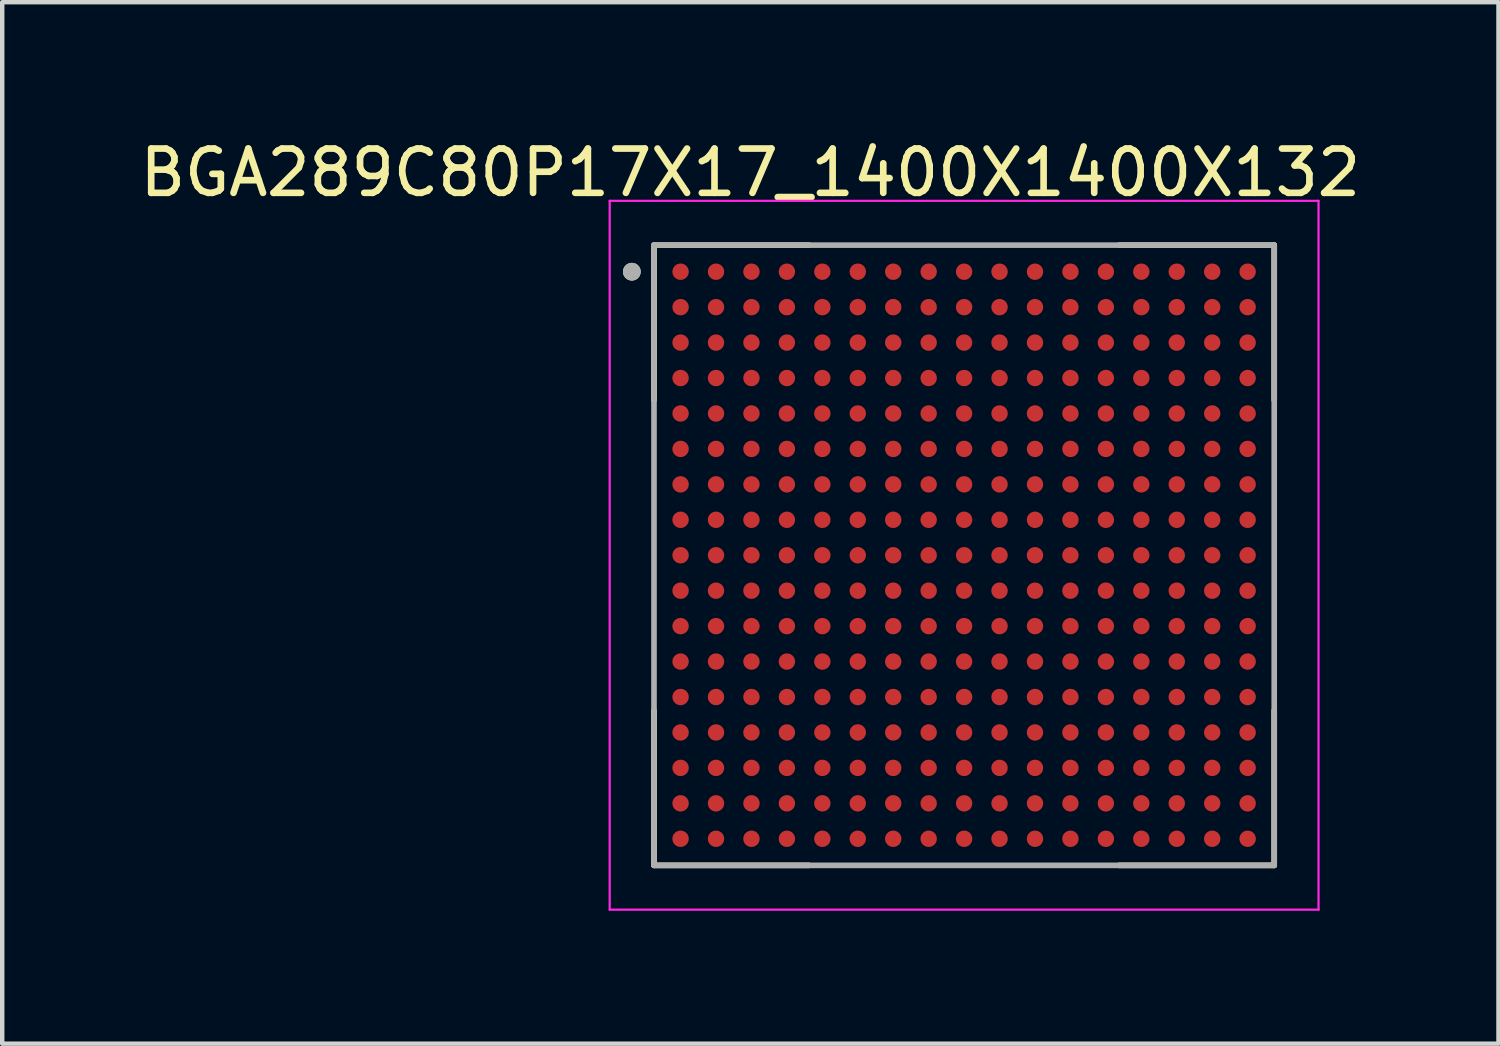
<source format=kicad_pcb>
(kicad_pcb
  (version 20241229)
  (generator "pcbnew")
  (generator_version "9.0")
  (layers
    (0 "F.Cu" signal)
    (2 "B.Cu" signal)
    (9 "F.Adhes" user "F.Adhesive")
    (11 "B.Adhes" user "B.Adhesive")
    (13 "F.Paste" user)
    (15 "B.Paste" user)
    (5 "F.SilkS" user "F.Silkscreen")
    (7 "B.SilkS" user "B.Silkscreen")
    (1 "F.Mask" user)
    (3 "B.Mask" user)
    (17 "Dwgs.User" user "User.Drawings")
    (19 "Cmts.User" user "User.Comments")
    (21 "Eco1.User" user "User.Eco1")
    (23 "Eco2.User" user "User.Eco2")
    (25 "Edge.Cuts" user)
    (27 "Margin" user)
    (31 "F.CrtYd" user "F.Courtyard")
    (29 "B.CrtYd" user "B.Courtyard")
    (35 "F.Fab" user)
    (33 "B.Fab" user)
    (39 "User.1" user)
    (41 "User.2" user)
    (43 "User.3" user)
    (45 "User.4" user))
  (footprint "BGA289C80P17X17_1400X1400X132"
    (layer "F.Cu")
    (at 18.712 9.483)
    (property "Reference" "BGA289C80P17X17_1400X1400X132" (at -4.825 -8.635 0) (layer "F.SilkS") (effects (font (size 1 1) (thickness 0.15))))
    (attr smd)
    (fp_line (start -7 -7) (end -7 -3.5) (stroke (width 0.127) (type solid)) (layer "F.SilkS"))
    (fp_line (start -7 -7) (end -3.5 -7) (stroke (width 0.127) (type solid)) (layer "F.SilkS"))
    (fp_line (start -7 7) (end -7 3.5) (stroke (width 0.127) (type solid)) (layer "F.SilkS"))
    (fp_line (start -7 7) (end -3.5 7) (stroke (width 0.127) (type solid)) (layer "F.SilkS"))
    (fp_line (start 7 -7) (end 3.5 -7) (stroke (width 0.127) (type solid)) (layer "F.SilkS"))
    (fp_line (start 7 -7) (end 7 -3.5) (stroke (width 0.127) (type solid)) (layer "F.SilkS"))
    (fp_line (start 7 7) (end 3.5 7) (stroke (width 0.127) (type solid)) (layer "F.SilkS"))
    (fp_line (start 7 7) (end 7 3.5) (stroke (width 0.127) (type solid)) (layer "F.SilkS"))
    (fp_circle (center -7.5 -6.4) (end -7.4 -6.4) (stroke (width 0.2) (type solid)) (fill no) (layer "F.SilkS"))
    (fp_line (start -8 -8) (end 8 -8) (stroke (width 0.05) (type solid)) (layer "F.CrtYd"))
    (fp_line (start -8 8) (end -8 -8) (stroke (width 0.05) (type solid)) (layer "F.CrtYd"))
    (fp_line (start -8 8) (end 8 8) (stroke (width 0.05) (type solid)) (layer "F.CrtYd"))
    (fp_line (start 8 8) (end 8 -8) (stroke (width 0.05) (type solid)) (layer "F.CrtYd"))
    (fp_line (start -7 7) (end -7 -7) (stroke (width 0.127) (type solid)) (layer "F.Fab"))
    (fp_line (start 7 -7) (end -7 -7) (stroke (width 0.127) (type solid)) (layer "F.Fab"))
    (fp_line (start 7 7) (end -7 7) (stroke (width 0.127) (type solid)) (layer "F.Fab"))
    (fp_line (start 7 7) (end 7 -7) (stroke (width 0.127) (type solid)) (layer "F.Fab"))
    (fp_circle (center -7.5 -6.4) (end -7.4 -6.4) (stroke (width 0.2) (type solid)) (fill no) (layer "F.Fab"))
    (pad "A1" smd circle (at -6.4 -6.4) (size 0.37 0.37) (layers "F.Cu" "F.Mask" "F.Paste"))
    (pad "A2" smd circle (at -5.6 -6.4) (size 0.37 0.37) (layers "F.Cu" "F.Mask" "F.Paste"))
    (pad "A3" smd circle (at -4.8 -6.4) (size 0.37 0.37) (layers "F.Cu" "F.Mask" "F.Paste"))
    (pad "A4" smd circle (at -4 -6.4) (size 0.37 0.37) (layers "F.Cu" "F.Mask" "F.Paste"))
    (pad "A5" smd circle (at -3.2 -6.4) (size 0.37 0.37) (layers "F.Cu" "F.Mask" "F.Paste"))
    (pad "A6" smd circle (at -2.4 -6.4) (size 0.37 0.37) (layers "F.Cu" "F.Mask" "F.Paste"))
    (pad "A7" smd circle (at -1.6 -6.4) (size 0.37 0.37) (layers "F.Cu" "F.Mask" "F.Paste"))
    (pad "A8" smd circle (at -0.8 -6.4) (size 0.37 0.37) (layers "F.Cu" "F.Mask" "F.Paste"))
    (pad "A9" smd circle (at 0 -6.4) (size 0.37 0.37) (layers "F.Cu" "F.Mask" "F.Paste"))
    (pad "A10" smd circle (at 0.8 -6.4) (size 0.37 0.37) (layers "F.Cu" "F.Mask" "F.Paste"))
    (pad "A11" smd circle (at 1.6 -6.4) (size 0.37 0.37) (layers "F.Cu" "F.Mask" "F.Paste"))
    (pad "A12" smd circle (at 2.4 -6.4) (size 0.37 0.37) (layers "F.Cu" "F.Mask" "F.Paste"))
    (pad "A13" smd circle (at 3.2 -6.4) (size 0.37 0.37) (layers "F.Cu" "F.Mask" "F.Paste"))
    (pad "A14" smd circle (at 4 -6.4) (size 0.37 0.37) (layers "F.Cu" "F.Mask" "F.Paste"))
    (pad "A15" smd circle (at 4.8 -6.4) (size 0.37 0.37) (layers "F.Cu" "F.Mask" "F.Paste"))
    (pad "A16" smd circle (at 5.6 -6.4) (size 0.37 0.37) (layers "F.Cu" "F.Mask" "F.Paste"))
    (pad "A17" smd circle (at 6.4 -6.4) (size 0.37 0.37) (layers "F.Cu" "F.Mask" "F.Paste"))
    (pad "B1" smd circle (at -6.4 -5.6) (size 0.37 0.37) (layers "F.Cu" "F.Mask" "F.Paste"))
    (pad "B2" smd circle (at -5.6 -5.6) (size 0.37 0.37) (layers "F.Cu" "F.Mask" "F.Paste"))
    (pad "B3" smd circle (at -4.8 -5.6) (size 0.37 0.37) (layers "F.Cu" "F.Mask" "F.Paste"))
    (pad "B4" smd circle (at -4 -5.6) (size 0.37 0.37) (layers "F.Cu" "F.Mask" "F.Paste"))
    (pad "B5" smd circle (at -3.2 -5.6) (size 0.37 0.37) (layers "F.Cu" "F.Mask" "F.Paste"))
    (pad "B6" smd circle (at -2.4 -5.6) (size 0.37 0.37) (layers "F.Cu" "F.Mask" "F.Paste"))
    (pad "B7" smd circle (at -1.6 -5.6) (size 0.37 0.37) (layers "F.Cu" "F.Mask" "F.Paste"))
    (pad "B8" smd circle (at -0.8 -5.6) (size 0.37 0.37) (layers "F.Cu" "F.Mask" "F.Paste"))
    (pad "B9" smd circle (at 0 -5.6) (size 0.37 0.37) (layers "F.Cu" "F.Mask" "F.Paste"))
    (pad "B10" smd circle (at 0.8 -5.6) (size 0.37 0.37) (layers "F.Cu" "F.Mask" "F.Paste"))
    (pad "B11" smd circle (at 1.6 -5.6) (size 0.37 0.37) (layers "F.Cu" "F.Mask" "F.Paste"))
    (pad "B12" smd circle (at 2.4 -5.6) (size 0.37 0.37) (layers "F.Cu" "F.Mask" "F.Paste"))
    (pad "B13" smd circle (at 3.2 -5.6) (size 0.37 0.37) (layers "F.Cu" "F.Mask" "F.Paste"))
    (pad "B14" smd circle (at 4 -5.6) (size 0.37 0.37) (layers "F.Cu" "F.Mask" "F.Paste"))
    (pad "B15" smd circle (at 4.8 -5.6) (size 0.37 0.37) (layers "F.Cu" "F.Mask" "F.Paste"))
    (pad "B16" smd circle (at 5.6 -5.6) (size 0.37 0.37) (layers "F.Cu" "F.Mask" "F.Paste"))
    (pad "B17" smd circle (at 6.4 -5.6) (size 0.37 0.37) (layers "F.Cu" "F.Mask" "F.Paste"))
    (pad "C1" smd circle (at -6.4 -4.8) (size 0.37 0.37) (layers "F.Cu" "F.Mask" "F.Paste"))
    (pad "C2" smd circle (at -5.6 -4.8) (size 0.37 0.37) (layers "F.Cu" "F.Mask" "F.Paste"))
    (pad "C3" smd circle (at -4.8 -4.8) (size 0.37 0.37) (layers "F.Cu" "F.Mask" "F.Paste"))
    (pad "C4" smd circle (at -4 -4.8) (size 0.37 0.37) (layers "F.Cu" "F.Mask" "F.Paste"))
    (pad "C5" smd circle (at -3.2 -4.8) (size 0.37 0.37) (layers "F.Cu" "F.Mask" "F.Paste"))
    (pad "C6" smd circle (at -2.4 -4.8) (size 0.37 0.37) (layers "F.Cu" "F.Mask" "F.Paste"))
    (pad "C7" smd circle (at -1.6 -4.8) (size 0.37 0.37) (layers "F.Cu" "F.Mask" "F.Paste"))
    (pad "C8" smd circle (at -0.8 -4.8) (size 0.37 0.37) (layers "F.Cu" "F.Mask" "F.Paste"))
    (pad "C9" smd circle (at 0 -4.8) (size 0.37 0.37) (layers "F.Cu" "F.Mask" "F.Paste"))
    (pad "C10" smd circle (at 0.8 -4.8) (size 0.37 0.37) (layers "F.Cu" "F.Mask" "F.Paste"))
    (pad "C11" smd circle (at 1.6 -4.8) (size 0.37 0.37) (layers "F.Cu" "F.Mask" "F.Paste"))
    (pad "C12" smd circle (at 2.4 -4.8) (size 0.37 0.37) (layers "F.Cu" "F.Mask" "F.Paste"))
    (pad "C13" smd circle (at 3.2 -4.8) (size 0.37 0.37) (layers "F.Cu" "F.Mask" "F.Paste"))
    (pad "C14" smd circle (at 4 -4.8) (size 0.37 0.37) (layers "F.Cu" "F.Mask" "F.Paste"))
    (pad "C15" smd circle (at 4.8 -4.8) (size 0.37 0.37) (layers "F.Cu" "F.Mask" "F.Paste"))
    (pad "C16" smd circle (at 5.6 -4.8) (size 0.37 0.37) (layers "F.Cu" "F.Mask" "F.Paste"))
    (pad "C17" smd circle (at 6.4 -4.8) (size 0.37 0.37) (layers "F.Cu" "F.Mask" "F.Paste"))
    (pad "D1" smd circle (at -6.4 -4) (size 0.37 0.37) (layers "F.Cu" "F.Mask" "F.Paste"))
    (pad "D2" smd circle (at -5.6 -4) (size 0.37 0.37) (layers "F.Cu" "F.Mask" "F.Paste"))
    (pad "D3" smd circle (at -4.8 -4) (size 0.37 0.37) (layers "F.Cu" "F.Mask" "F.Paste"))
    (pad "D4" smd circle (at -4 -4) (size 0.37 0.37) (layers "F.Cu" "F.Mask" "F.Paste"))
    (pad "D5" smd circle (at -3.2 -4) (size 0.37 0.37) (layers "F.Cu" "F.Mask" "F.Paste"))
    (pad "D6" smd circle (at -2.4 -4) (size 0.37 0.37) (layers "F.Cu" "F.Mask" "F.Paste"))
    (pad "D7" smd circle (at -1.6 -4) (size 0.37 0.37) (layers "F.Cu" "F.Mask" "F.Paste"))
    (pad "D8" smd circle (at -0.8 -4) (size 0.37 0.37) (layers "F.Cu" "F.Mask" "F.Paste"))
    (pad "D9" smd circle (at 0 -4) (size 0.37 0.37) (layers "F.Cu" "F.Mask" "F.Paste"))
    (pad "D10" smd circle (at 0.8 -4) (size 0.37 0.37) (layers "F.Cu" "F.Mask" "F.Paste"))
    (pad "D11" smd circle (at 1.6 -4) (size 0.37 0.37) (layers "F.Cu" "F.Mask" "F.Paste"))
    (pad "D12" smd circle (at 2.4 -4) (size 0.37 0.37) (layers "F.Cu" "F.Mask" "F.Paste"))
    (pad "D13" smd circle (at 3.2 -4) (size 0.37 0.37) (layers "F.Cu" "F.Mask" "F.Paste"))
    (pad "D14" smd circle (at 4 -4) (size 0.37 0.37) (layers "F.Cu" "F.Mask" "F.Paste"))
    (pad "D15" smd circle (at 4.8 -4) (size 0.37 0.37) (layers "F.Cu" "F.Mask" "F.Paste"))
    (pad "D16" smd circle (at 5.6 -4) (size 0.37 0.37) (layers "F.Cu" "F.Mask" "F.Paste"))
    (pad "D17" smd circle (at 6.4 -4) (size 0.37 0.37) (layers "F.Cu" "F.Mask" "F.Paste"))
    (pad "E1" smd circle (at -6.4 -3.2) (size 0.37 0.37) (layers "F.Cu" "F.Mask" "F.Paste"))
    (pad "E2" smd circle (at -5.6 -3.2) (size 0.37 0.37) (layers "F.Cu" "F.Mask" "F.Paste"))
    (pad "E3" smd circle (at -4.8 -3.2) (size 0.37 0.37) (layers "F.Cu" "F.Mask" "F.Paste"))
    (pad "E4" smd circle (at -4 -3.2) (size 0.37 0.37) (layers "F.Cu" "F.Mask" "F.Paste"))
    (pad "E5" smd circle (at -3.2 -3.2) (size 0.37 0.37) (layers "F.Cu" "F.Mask" "F.Paste"))
    (pad "E6" smd circle (at -2.4 -3.2) (size 0.37 0.37) (layers "F.Cu" "F.Mask" "F.Paste"))
    (pad "E7" smd circle (at -1.6 -3.2) (size 0.37 0.37) (layers "F.Cu" "F.Mask" "F.Paste"))
    (pad "E8" smd circle (at -0.8 -3.2) (size 0.37 0.37) (layers "F.Cu" "F.Mask" "F.Paste"))
    (pad "E9" smd circle (at 0 -3.2) (size 0.37 0.37) (layers "F.Cu" "F.Mask" "F.Paste"))
    (pad "E10" smd circle (at 0.8 -3.2) (size 0.37 0.37) (layers "F.Cu" "F.Mask" "F.Paste"))
    (pad "E11" smd circle (at 1.6 -3.2) (size 0.37 0.37) (layers "F.Cu" "F.Mask" "F.Paste"))
    (pad "E12" smd circle (at 2.4 -3.2) (size 0.37 0.37) (layers "F.Cu" "F.Mask" "F.Paste"))
    (pad "E13" smd circle (at 3.2 -3.2) (size 0.37 0.37) (layers "F.Cu" "F.Mask" "F.Paste"))
    (pad "E14" smd circle (at 4 -3.2) (size 0.37 0.37) (layers "F.Cu" "F.Mask" "F.Paste"))
    (pad "E15" smd circle (at 4.8 -3.2) (size 0.37 0.37) (layers "F.Cu" "F.Mask" "F.Paste"))
    (pad "E16" smd circle (at 5.6 -3.2) (size 0.37 0.37) (layers "F.Cu" "F.Mask" "F.Paste"))
    (pad "E17" smd circle (at 6.4 -3.2) (size 0.37 0.37) (layers "F.Cu" "F.Mask" "F.Paste"))
    (pad "F1" smd circle (at -6.4 -2.4) (size 0.37 0.37) (layers "F.Cu" "F.Mask" "F.Paste"))
    (pad "F2" smd circle (at -5.6 -2.4) (size 0.37 0.37) (layers "F.Cu" "F.Mask" "F.Paste"))
    (pad "F3" smd circle (at -4.8 -2.4) (size 0.37 0.37) (layers "F.Cu" "F.Mask" "F.Paste"))
    (pad "F4" smd circle (at -4 -2.4) (size 0.37 0.37) (layers "F.Cu" "F.Mask" "F.Paste"))
    (pad "F5" smd circle (at -3.2 -2.4) (size 0.37 0.37) (layers "F.Cu" "F.Mask" "F.Paste"))
    (pad "F6" smd circle (at -2.4 -2.4) (size 0.37 0.37) (layers "F.Cu" "F.Mask" "F.Paste"))
    (pad "F7" smd circle (at -1.6 -2.4) (size 0.37 0.37) (layers "F.Cu" "F.Mask" "F.Paste"))
    (pad "F8" smd circle (at -0.8 -2.4) (size 0.37 0.37) (layers "F.Cu" "F.Mask" "F.Paste"))
    (pad "F9" smd circle (at 0 -2.4) (size 0.37 0.37) (layers "F.Cu" "F.Mask" "F.Paste"))
    (pad "F10" smd circle (at 0.8 -2.4) (size 0.37 0.37) (layers "F.Cu" "F.Mask" "F.Paste"))
    (pad "F11" smd circle (at 1.6 -2.4) (size 0.37 0.37) (layers "F.Cu" "F.Mask" "F.Paste"))
    (pad "F12" smd circle (at 2.4 -2.4) (size 0.37 0.37) (layers "F.Cu" "F.Mask" "F.Paste"))
    (pad "F13" smd circle (at 3.2 -2.4) (size 0.37 0.37) (layers "F.Cu" "F.Mask" "F.Paste"))
    (pad "F14" smd circle (at 4 -2.4) (size 0.37 0.37) (layers "F.Cu" "F.Mask" "F.Paste"))
    (pad "F15" smd circle (at 4.8 -2.4) (size 0.37 0.37) (layers "F.Cu" "F.Mask" "F.Paste"))
    (pad "F16" smd circle (at 5.6 -2.4) (size 0.37 0.37) (layers "F.Cu" "F.Mask" "F.Paste"))
    (pad "F17" smd circle (at 6.4 -2.4) (size 0.37 0.37) (layers "F.Cu" "F.Mask" "F.Paste"))
    (pad "G1" smd circle (at -6.4 -1.6) (size 0.37 0.37) (layers "F.Cu" "F.Mask" "F.Paste"))
    (pad "G2" smd circle (at -5.6 -1.6) (size 0.37 0.37) (layers "F.Cu" "F.Mask" "F.Paste"))
    (pad "G3" smd circle (at -4.8 -1.6) (size 0.37 0.37) (layers "F.Cu" "F.Mask" "F.Paste"))
    (pad "G4" smd circle (at -4 -1.6) (size 0.37 0.37) (layers "F.Cu" "F.Mask" "F.Paste"))
    (pad "G5" smd circle (at -3.2 -1.6) (size 0.37 0.37) (layers "F.Cu" "F.Mask" "F.Paste"))
    (pad "G6" smd circle (at -2.4 -1.6) (size 0.37 0.37) (layers "F.Cu" "F.Mask" "F.Paste"))
    (pad "G7" smd circle (at -1.6 -1.6) (size 0.37 0.37) (layers "F.Cu" "F.Mask" "F.Paste"))
    (pad "G8" smd circle (at -0.8 -1.6) (size 0.37 0.37) (layers "F.Cu" "F.Mask" "F.Paste"))
    (pad "G9" smd circle (at 0 -1.6) (size 0.37 0.37) (layers "F.Cu" "F.Mask" "F.Paste"))
    (pad "G10" smd circle (at 0.8 -1.6) (size 0.37 0.37) (layers "F.Cu" "F.Mask" "F.Paste"))
    (pad "G11" smd circle (at 1.6 -1.6) (size 0.37 0.37) (layers "F.Cu" "F.Mask" "F.Paste"))
    (pad "G12" smd circle (at 2.4 -1.6) (size 0.37 0.37) (layers "F.Cu" "F.Mask" "F.Paste"))
    (pad "G13" smd circle (at 3.2 -1.6) (size 0.37 0.37) (layers "F.Cu" "F.Mask" "F.Paste"))
    (pad "G14" smd circle (at 4 -1.6) (size 0.37 0.37) (layers "F.Cu" "F.Mask" "F.Paste"))
    (pad "G15" smd circle (at 4.8 -1.6) (size 0.37 0.37) (layers "F.Cu" "F.Mask" "F.Paste"))
    (pad "G16" smd circle (at 5.6 -1.6) (size 0.37 0.37) (layers "F.Cu" "F.Mask" "F.Paste"))
    (pad "G17" smd circle (at 6.4 -1.6) (size 0.37 0.37) (layers "F.Cu" "F.Mask" "F.Paste"))
    (pad "H1" smd circle (at -6.4 -0.8) (size 0.37 0.37) (layers "F.Cu" "F.Mask" "F.Paste"))
    (pad "H2" smd circle (at -5.6 -0.8) (size 0.37 0.37) (layers "F.Cu" "F.Mask" "F.Paste"))
    (pad "H3" smd circle (at -4.8 -0.8) (size 0.37 0.37) (layers "F.Cu" "F.Mask" "F.Paste"))
    (pad "H4" smd circle (at -4 -0.8) (size 0.37 0.37) (layers "F.Cu" "F.Mask" "F.Paste"))
    (pad "H5" smd circle (at -3.2 -0.8) (size 0.37 0.37) (layers "F.Cu" "F.Mask" "F.Paste"))
    (pad "H6" smd circle (at -2.4 -0.8) (size 0.37 0.37) (layers "F.Cu" "F.Mask" "F.Paste"))
    (pad "H7" smd circle (at -1.6 -0.8) (size 0.37 0.37) (layers "F.Cu" "F.Mask" "F.Paste"))
    (pad "H8" smd circle (at -0.8 -0.8) (size 0.37 0.37) (layers "F.Cu" "F.Mask" "F.Paste"))
    (pad "H9" smd circle (at 0 -0.8) (size 0.37 0.37) (layers "F.Cu" "F.Mask" "F.Paste"))
    (pad "H10" smd circle (at 0.8 -0.8) (size 0.37 0.37) (layers "F.Cu" "F.Mask" "F.Paste"))
    (pad "H11" smd circle (at 1.6 -0.8) (size 0.37 0.37) (layers "F.Cu" "F.Mask" "F.Paste"))
    (pad "H12" smd circle (at 2.4 -0.8) (size 0.37 0.37) (layers "F.Cu" "F.Mask" "F.Paste"))
    (pad "H13" smd circle (at 3.2 -0.8) (size 0.37 0.37) (layers "F.Cu" "F.Mask" "F.Paste"))
    (pad "H14" smd circle (at 4 -0.8) (size 0.37 0.37) (layers "F.Cu" "F.Mask" "F.Paste"))
    (pad "H15" smd circle (at 4.8 -0.8) (size 0.37 0.37) (layers "F.Cu" "F.Mask" "F.Paste"))
    (pad "H16" smd circle (at 5.6 -0.8) (size 0.37 0.37) (layers "F.Cu" "F.Mask" "F.Paste"))
    (pad "H17" smd circle (at 6.4 -0.8) (size 0.37 0.37) (layers "F.Cu" "F.Mask" "F.Paste"))
    (pad "J1" smd circle (at -6.4 0) (size 0.37 0.37) (layers "F.Cu" "F.Mask" "F.Paste"))
    (pad "J2" smd circle (at -5.6 0) (size 0.37 0.37) (layers "F.Cu" "F.Mask" "F.Paste"))
    (pad "J3" smd circle (at -4.8 0) (size 0.37 0.37) (layers "F.Cu" "F.Mask" "F.Paste"))
    (pad "J4" smd circle (at -4 0) (size 0.37 0.37) (layers "F.Cu" "F.Mask" "F.Paste"))
    (pad "J5" smd circle (at -3.2 0) (size 0.37 0.37) (layers "F.Cu" "F.Mask" "F.Paste"))
    (pad "J6" smd circle (at -2.4 0) (size 0.37 0.37) (layers "F.Cu" "F.Mask" "F.Paste"))
    (pad "J7" smd circle (at -1.6 0) (size 0.37 0.37) (layers "F.Cu" "F.Mask" "F.Paste"))
    (pad "J8" smd circle (at -0.8 0) (size 0.37 0.37) (layers "F.Cu" "F.Mask" "F.Paste"))
    (pad "J9" smd circle (at 0 0) (size 0.37 0.37) (layers "F.Cu" "F.Mask" "F.Paste"))
    (pad "J10" smd circle (at 0.8 0) (size 0.37 0.37) (layers "F.Cu" "F.Mask" "F.Paste"))
    (pad "J11" smd circle (at 1.6 0) (size 0.37 0.37) (layers "F.Cu" "F.Mask" "F.Paste"))
    (pad "J12" smd circle (at 2.4 0) (size 0.37 0.37) (layers "F.Cu" "F.Mask" "F.Paste"))
    (pad "J13" smd circle (at 3.2 0) (size 0.37 0.37) (layers "F.Cu" "F.Mask" "F.Paste"))
    (pad "J14" smd circle (at 4 0) (size 0.37 0.37) (layers "F.Cu" "F.Mask" "F.Paste"))
    (pad "J15" smd circle (at 4.8 0) (size 0.37 0.37) (layers "F.Cu" "F.Mask" "F.Paste"))
    (pad "J16" smd circle (at 5.6 0) (size 0.37 0.37) (layers "F.Cu" "F.Mask" "F.Paste"))
    (pad "J17" smd circle (at 6.4 0) (size 0.37 0.37) (layers "F.Cu" "F.Mask" "F.Paste"))
    (pad "K1" smd circle (at -6.4 0.8) (size 0.37 0.37) (layers "F.Cu" "F.Mask" "F.Paste"))
    (pad "K2" smd circle (at -5.6 0.8) (size 0.37 0.37) (layers "F.Cu" "F.Mask" "F.Paste"))
    (pad "K3" smd circle (at -4.8 0.8) (size 0.37 0.37) (layers "F.Cu" "F.Mask" "F.Paste"))
    (pad "K4" smd circle (at -4 0.8) (size 0.37 0.37) (layers "F.Cu" "F.Mask" "F.Paste"))
    (pad "K5" smd circle (at -3.2 0.8) (size 0.37 0.37) (layers "F.Cu" "F.Mask" "F.Paste"))
    (pad "K6" smd circle (at -2.4 0.8) (size 0.37 0.37) (layers "F.Cu" "F.Mask" "F.Paste"))
    (pad "K7" smd circle (at -1.6 0.8) (size 0.37 0.37) (layers "F.Cu" "F.Mask" "F.Paste"))
    (pad "K8" smd circle (at -0.8 0.8) (size 0.37 0.37) (layers "F.Cu" "F.Mask" "F.Paste"))
    (pad "K9" smd circle (at 0 0.8) (size 0.37 0.37) (layers "F.Cu" "F.Mask" "F.Paste"))
    (pad "K10" smd circle (at 0.8 0.8) (size 0.37 0.37) (layers "F.Cu" "F.Mask" "F.Paste"))
    (pad "K11" smd circle (at 1.6 0.8) (size 0.37 0.37) (layers "F.Cu" "F.Mask" "F.Paste"))
    (pad "K12" smd circle (at 2.4 0.8) (size 0.37 0.37) (layers "F.Cu" "F.Mask" "F.Paste"))
    (pad "K13" smd circle (at 3.2 0.8) (size 0.37 0.37) (layers "F.Cu" "F.Mask" "F.Paste"))
    (pad "K14" smd circle (at 4 0.8) (size 0.37 0.37) (layers "F.Cu" "F.Mask" "F.Paste"))
    (pad "K15" smd circle (at 4.8 0.8) (size 0.37 0.37) (layers "F.Cu" "F.Mask" "F.Paste"))
    (pad "K16" smd circle (at 5.6 0.8) (size 0.37 0.37) (layers "F.Cu" "F.Mask" "F.Paste"))
    (pad "K17" smd circle (at 6.4 0.8) (size 0.37 0.37) (layers "F.Cu" "F.Mask" "F.Paste"))
    (pad "L1" smd circle (at -6.4 1.6) (size 0.37 0.37) (layers "F.Cu" "F.Mask" "F.Paste"))
    (pad "L2" smd circle (at -5.6 1.6) (size 0.37 0.37) (layers "F.Cu" "F.Mask" "F.Paste"))
    (pad "L3" smd circle (at -4.8 1.6) (size 0.37 0.37) (layers "F.Cu" "F.Mask" "F.Paste"))
    (pad "L4" smd circle (at -4 1.6) (size 0.37 0.37) (layers "F.Cu" "F.Mask" "F.Paste"))
    (pad "L5" smd circle (at -3.2 1.6) (size 0.37 0.37) (layers "F.Cu" "F.Mask" "F.Paste"))
    (pad "L6" smd circle (at -2.4 1.6) (size 0.37 0.37) (layers "F.Cu" "F.Mask" "F.Paste"))
    (pad "L7" smd circle (at -1.6 1.6) (size 0.37 0.37) (layers "F.Cu" "F.Mask" "F.Paste"))
    (pad "L8" smd circle (at -0.8 1.6) (size 0.37 0.37) (layers "F.Cu" "F.Mask" "F.Paste"))
    (pad "L9" smd circle (at 0 1.6) (size 0.37 0.37) (layers "F.Cu" "F.Mask" "F.Paste"))
    (pad "L10" smd circle (at 0.8 1.6) (size 0.37 0.37) (layers "F.Cu" "F.Mask" "F.Paste"))
    (pad "L11" smd circle (at 1.6 1.6) (size 0.37 0.37) (layers "F.Cu" "F.Mask" "F.Paste"))
    (pad "L12" smd circle (at 2.4 1.6) (size 0.37 0.37) (layers "F.Cu" "F.Mask" "F.Paste"))
    (pad "L13" smd circle (at 3.2 1.6) (size 0.37 0.37) (layers "F.Cu" "F.Mask" "F.Paste"))
    (pad "L14" smd circle (at 4 1.6) (size 0.37 0.37) (layers "F.Cu" "F.Mask" "F.Paste"))
    (pad "L15" smd circle (at 4.8 1.6) (size 0.37 0.37) (layers "F.Cu" "F.Mask" "F.Paste"))
    (pad "L16" smd circle (at 5.6 1.6) (size 0.37 0.37) (layers "F.Cu" "F.Mask" "F.Paste"))
    (pad "L17" smd circle (at 6.4 1.6) (size 0.37 0.37) (layers "F.Cu" "F.Mask" "F.Paste"))
    (pad "M1" smd circle (at -6.4 2.4) (size 0.37 0.37) (layers "F.Cu" "F.Mask" "F.Paste"))
    (pad "M2" smd circle (at -5.6 2.4) (size 0.37 0.37) (layers "F.Cu" "F.Mask" "F.Paste"))
    (pad "M3" smd circle (at -4.8 2.4) (size 0.37 0.37) (layers "F.Cu" "F.Mask" "F.Paste"))
    (pad "M4" smd circle (at -4 2.4) (size 0.37 0.37) (layers "F.Cu" "F.Mask" "F.Paste"))
    (pad "M5" smd circle (at -3.2 2.4) (size 0.37 0.37) (layers "F.Cu" "F.Mask" "F.Paste"))
    (pad "M6" smd circle (at -2.4 2.4) (size 0.37 0.37) (layers "F.Cu" "F.Mask" "F.Paste"))
    (pad "M7" smd circle (at -1.6 2.4) (size 0.37 0.37) (layers "F.Cu" "F.Mask" "F.Paste"))
    (pad "M8" smd circle (at -0.8 2.4) (size 0.37 0.37) (layers "F.Cu" "F.Mask" "F.Paste"))
    (pad "M9" smd circle (at 0 2.4) (size 0.37 0.37) (layers "F.Cu" "F.Mask" "F.Paste"))
    (pad "M10" smd circle (at 0.8 2.4) (size 0.37 0.37) (layers "F.Cu" "F.Mask" "F.Paste"))
    (pad "M11" smd circle (at 1.6 2.4) (size 0.37 0.37) (layers "F.Cu" "F.Mask" "F.Paste"))
    (pad "M12" smd circle (at 2.4 2.4) (size 0.37 0.37) (layers "F.Cu" "F.Mask" "F.Paste"))
    (pad "M13" smd circle (at 3.2 2.4) (size 0.37 0.37) (layers "F.Cu" "F.Mask" "F.Paste"))
    (pad "M14" smd circle (at 4 2.4) (size 0.37 0.37) (layers "F.Cu" "F.Mask" "F.Paste"))
    (pad "M15" smd circle (at 4.8 2.4) (size 0.37 0.37) (layers "F.Cu" "F.Mask" "F.Paste"))
    (pad "M16" smd circle (at 5.6 2.4) (size 0.37 0.37) (layers "F.Cu" "F.Mask" "F.Paste"))
    (pad "M17" smd circle (at 6.4 2.4) (size 0.37 0.37) (layers "F.Cu" "F.Mask" "F.Paste"))
    (pad "N1" smd circle (at -6.4 3.2) (size 0.37 0.37) (layers "F.Cu" "F.Mask" "F.Paste"))
    (pad "N2" smd circle (at -5.6 3.2) (size 0.37 0.37) (layers "F.Cu" "F.Mask" "F.Paste"))
    (pad "N3" smd circle (at -4.8 3.2) (size 0.37 0.37) (layers "F.Cu" "F.Mask" "F.Paste"))
    (pad "N4" smd circle (at -4 3.2) (size 0.37 0.37) (layers "F.Cu" "F.Mask" "F.Paste"))
    (pad "N5" smd circle (at -3.2 3.2) (size 0.37 0.37) (layers "F.Cu" "F.Mask" "F.Paste"))
    (pad "N6" smd circle (at -2.4 3.2) (size 0.37 0.37) (layers "F.Cu" "F.Mask" "F.Paste"))
    (pad "N7" smd circle (at -1.6 3.2) (size 0.37 0.37) (layers "F.Cu" "F.Mask" "F.Paste"))
    (pad "N8" smd circle (at -0.8 3.2) (size 0.37 0.37) (layers "F.Cu" "F.Mask" "F.Paste"))
    (pad "N9" smd circle (at 0 3.2) (size 0.37 0.37) (layers "F.Cu" "F.Mask" "F.Paste"))
    (pad "N10" smd circle (at 0.8 3.2) (size 0.37 0.37) (layers "F.Cu" "F.Mask" "F.Paste"))
    (pad "N11" smd circle (at 1.6 3.2) (size 0.37 0.37) (layers "F.Cu" "F.Mask" "F.Paste"))
    (pad "N12" smd circle (at 2.4 3.2) (size 0.37 0.37) (layers "F.Cu" "F.Mask" "F.Paste"))
    (pad "N13" smd circle (at 3.2 3.2) (size 0.37 0.37) (layers "F.Cu" "F.Mask" "F.Paste"))
    (pad "N14" smd circle (at 4 3.2) (size 0.37 0.37) (layers "F.Cu" "F.Mask" "F.Paste"))
    (pad "N15" smd circle (at 4.8 3.2) (size 0.37 0.37) (layers "F.Cu" "F.Mask" "F.Paste"))
    (pad "N16" smd circle (at 5.6 3.2) (size 0.37 0.37) (layers "F.Cu" "F.Mask" "F.Paste"))
    (pad "N17" smd circle (at 6.4 3.2) (size 0.37 0.37) (layers "F.Cu" "F.Mask" "F.Paste"))
    (pad "P1" smd circle (at -6.4 4) (size 0.37 0.37) (layers "F.Cu" "F.Mask" "F.Paste"))
    (pad "P2" smd circle (at -5.6 4) (size 0.37 0.37) (layers "F.Cu" "F.Mask" "F.Paste"))
    (pad "P3" smd circle (at -4.8 4) (size 0.37 0.37) (layers "F.Cu" "F.Mask" "F.Paste"))
    (pad "P4" smd circle (at -4 4) (size 0.37 0.37) (layers "F.Cu" "F.Mask" "F.Paste"))
    (pad "P5" smd circle (at -3.2 4) (size 0.37 0.37) (layers "F.Cu" "F.Mask" "F.Paste"))
    (pad "P6" smd circle (at -2.4 4) (size 0.37 0.37) (layers "F.Cu" "F.Mask" "F.Paste"))
    (pad "P7" smd circle (at -1.6 4) (size 0.37 0.37) (layers "F.Cu" "F.Mask" "F.Paste"))
    (pad "P8" smd circle (at -0.8 4) (size 0.37 0.37) (layers "F.Cu" "F.Mask" "F.Paste"))
    (pad "P9" smd circle (at 0 4) (size 0.37 0.37) (layers "F.Cu" "F.Mask" "F.Paste"))
    (pad "P10" smd circle (at 0.8 4) (size 0.37 0.37) (layers "F.Cu" "F.Mask" "F.Paste"))
    (pad "P11" smd circle (at 1.6 4) (size 0.37 0.37) (layers "F.Cu" "F.Mask" "F.Paste"))
    (pad "P12" smd circle (at 2.4 4) (size 0.37 0.37) (layers "F.Cu" "F.Mask" "F.Paste"))
    (pad "P13" smd circle (at 3.2 4) (size 0.37 0.37) (layers "F.Cu" "F.Mask" "F.Paste"))
    (pad "P14" smd circle (at 4 4) (size 0.37 0.37) (layers "F.Cu" "F.Mask" "F.Paste"))
    (pad "P15" smd circle (at 4.8 4) (size 0.37 0.37) (layers "F.Cu" "F.Mask" "F.Paste"))
    (pad "P16" smd circle (at 5.6 4) (size 0.37 0.37) (layers "F.Cu" "F.Mask" "F.Paste"))
    (pad "P17" smd circle (at 6.4 4) (size 0.37 0.37) (layers "F.Cu" "F.Mask" "F.Paste"))
    (pad "R1" smd circle (at -6.4 4.8) (size 0.37 0.37) (layers "F.Cu" "F.Mask" "F.Paste"))
    (pad "R2" smd circle (at -5.6 4.8) (size 0.37 0.37) (layers "F.Cu" "F.Mask" "F.Paste"))
    (pad "R3" smd circle (at -4.8 4.8) (size 0.37 0.37) (layers "F.Cu" "F.Mask" "F.Paste"))
    (pad "R4" smd circle (at -4 4.8) (size 0.37 0.37) (layers "F.Cu" "F.Mask" "F.Paste"))
    (pad "R5" smd circle (at -3.2 4.8) (size 0.37 0.37) (layers "F.Cu" "F.Mask" "F.Paste"))
    (pad "R6" smd circle (at -2.4 4.8) (size 0.37 0.37) (layers "F.Cu" "F.Mask" "F.Paste"))
    (pad "R7" smd circle (at -1.6 4.8) (size 0.37 0.37) (layers "F.Cu" "F.Mask" "F.Paste"))
    (pad "R8" smd circle (at -0.8 4.8) (size 0.37 0.37) (layers "F.Cu" "F.Mask" "F.Paste"))
    (pad "R9" smd circle (at 0 4.8) (size 0.37 0.37) (layers "F.Cu" "F.Mask" "F.Paste"))
    (pad "R10" smd circle (at 0.8 4.8) (size 0.37 0.37) (layers "F.Cu" "F.Mask" "F.Paste"))
    (pad "R11" smd circle (at 1.6 4.8) (size 0.37 0.37) (layers "F.Cu" "F.Mask" "F.Paste"))
    (pad "R12" smd circle (at 2.4 4.8) (size 0.37 0.37) (layers "F.Cu" "F.Mask" "F.Paste"))
    (pad "R13" smd circle (at 3.2 4.8) (size 0.37 0.37) (layers "F.Cu" "F.Mask" "F.Paste"))
    (pad "R14" smd circle (at 4 4.8) (size 0.37 0.37) (layers "F.Cu" "F.Mask" "F.Paste"))
    (pad "R15" smd circle (at 4.8 4.8) (size 0.37 0.37) (layers "F.Cu" "F.Mask" "F.Paste"))
    (pad "R16" smd circle (at 5.6 4.8) (size 0.37 0.37) (layers "F.Cu" "F.Mask" "F.Paste"))
    (pad "R17" smd circle (at 6.4 4.8) (size 0.37 0.37) (layers "F.Cu" "F.Mask" "F.Paste"))
    (pad "T1" smd circle (at -6.4 5.6) (size 0.37 0.37) (layers "F.Cu" "F.Mask" "F.Paste"))
    (pad "T2" smd circle (at -5.6 5.6) (size 0.37 0.37) (layers "F.Cu" "F.Mask" "F.Paste"))
    (pad "T3" smd circle (at -4.8 5.6) (size 0.37 0.37) (layers "F.Cu" "F.Mask" "F.Paste"))
    (pad "T4" smd circle (at -4 5.6) (size 0.37 0.37) (layers "F.Cu" "F.Mask" "F.Paste"))
    (pad "T5" smd circle (at -3.2 5.6) (size 0.37 0.37) (layers "F.Cu" "F.Mask" "F.Paste"))
    (pad "T6" smd circle (at -2.4 5.6) (size 0.37 0.37) (layers "F.Cu" "F.Mask" "F.Paste"))
    (pad "T7" smd circle (at -1.6 5.6) (size 0.37 0.37) (layers "F.Cu" "F.Mask" "F.Paste"))
    (pad "T8" smd circle (at -0.8 5.6) (size 0.37 0.37) (layers "F.Cu" "F.Mask" "F.Paste"))
    (pad "T9" smd circle (at 0 5.6) (size 0.37 0.37) (layers "F.Cu" "F.Mask" "F.Paste"))
    (pad "T10" smd circle (at 0.8 5.6) (size 0.37 0.37) (layers "F.Cu" "F.Mask" "F.Paste"))
    (pad "T11" smd circle (at 1.6 5.6) (size 0.37 0.37) (layers "F.Cu" "F.Mask" "F.Paste"))
    (pad "T12" smd circle (at 2.4 5.6) (size 0.37 0.37) (layers "F.Cu" "F.Mask" "F.Paste"))
    (pad "T13" smd circle (at 3.2 5.6) (size 0.37 0.37) (layers "F.Cu" "F.Mask" "F.Paste"))
    (pad "T14" smd circle (at 4 5.6) (size 0.37 0.37) (layers "F.Cu" "F.Mask" "F.Paste"))
    (pad "T15" smd circle (at 4.8 5.6) (size 0.37 0.37) (layers "F.Cu" "F.Mask" "F.Paste"))
    (pad "T16" smd circle (at 5.6 5.6) (size 0.37 0.37) (layers "F.Cu" "F.Mask" "F.Paste"))
    (pad "T17" smd circle (at 6.4 5.6) (size 0.37 0.37) (layers "F.Cu" "F.Mask" "F.Paste"))
    (pad "U1" smd circle (at -6.4 6.4) (size 0.37 0.37) (layers "F.Cu" "F.Mask" "F.Paste"))
    (pad "U2" smd circle (at -5.6 6.4) (size 0.37 0.37) (layers "F.Cu" "F.Mask" "F.Paste"))
    (pad "U3" smd circle (at -4.8 6.4) (size 0.37 0.37) (layers "F.Cu" "F.Mask" "F.Paste"))
    (pad "U4" smd circle (at -4 6.4) (size 0.37 0.37) (layers "F.Cu" "F.Mask" "F.Paste"))
    (pad "U5" smd circle (at -3.2 6.4) (size 0.37 0.37) (layers "F.Cu" "F.Mask" "F.Paste"))
    (pad "U6" smd circle (at -2.4 6.4) (size 0.37 0.37) (layers "F.Cu" "F.Mask" "F.Paste"))
    (pad "U7" smd circle (at -1.6 6.4) (size 0.37 0.37) (layers "F.Cu" "F.Mask" "F.Paste"))
    (pad "U8" smd circle (at -0.8 6.4) (size 0.37 0.37) (layers "F.Cu" "F.Mask" "F.Paste"))
    (pad "U9" smd circle (at 0 6.4) (size 0.37 0.37) (layers "F.Cu" "F.Mask" "F.Paste"))
    (pad "U10" smd circle (at 0.8 6.4) (size 0.37 0.37) (layers "F.Cu" "F.Mask" "F.Paste"))
    (pad "U11" smd circle (at 1.6 6.4) (size 0.37 0.37) (layers "F.Cu" "F.Mask" "F.Paste"))
    (pad "U12" smd circle (at 2.4 6.4) (size 0.37 0.37) (layers "F.Cu" "F.Mask" "F.Paste"))
    (pad "U13" smd circle (at 3.2 6.4) (size 0.37 0.37) (layers "F.Cu" "F.Mask" "F.Paste"))
    (pad "U14" smd circle (at 4 6.4) (size 0.37 0.37) (layers "F.Cu" "F.Mask" "F.Paste"))
    (pad "U15" smd circle (at 4.8 6.4) (size 0.37 0.37) (layers "F.Cu" "F.Mask" "F.Paste"))
    (pad "U16" smd circle (at 5.6 6.4) (size 0.37 0.37) (layers "F.Cu" "F.Mask" "F.Paste"))
    (pad "U17" smd circle (at 6.4 6.4) (size 0.37 0.37) (layers "F.Cu" "F.Mask" "F.Paste")))
  (gr_rect
    (start -3 -3)
    (end 30.774 20.508)
    (stroke (width 0.1) (type default))
    (fill no)
    (layer "Edge.Cuts")))
</source>
